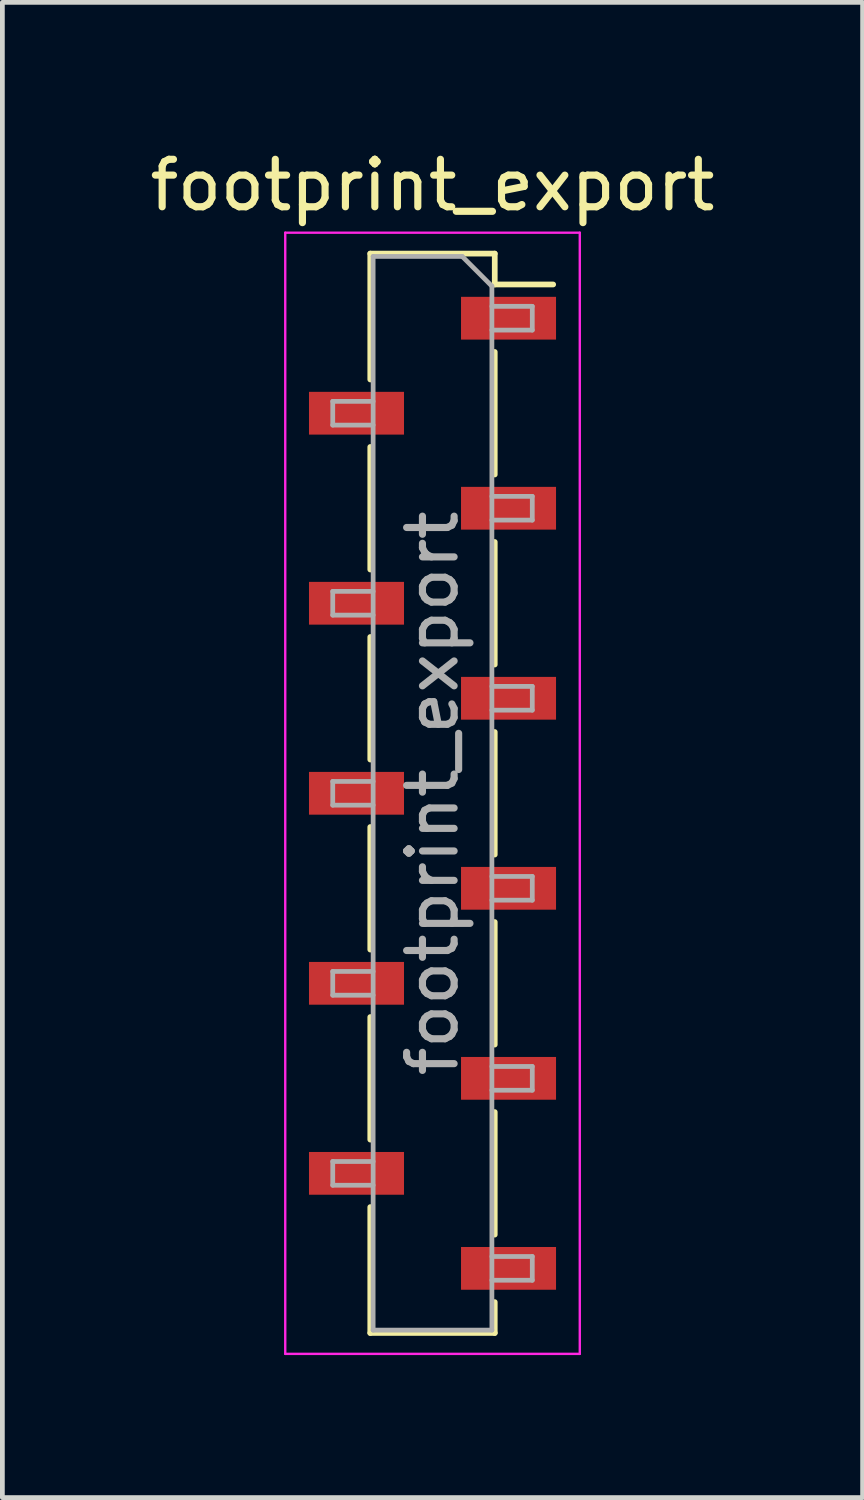
<source format=kicad_pcb>
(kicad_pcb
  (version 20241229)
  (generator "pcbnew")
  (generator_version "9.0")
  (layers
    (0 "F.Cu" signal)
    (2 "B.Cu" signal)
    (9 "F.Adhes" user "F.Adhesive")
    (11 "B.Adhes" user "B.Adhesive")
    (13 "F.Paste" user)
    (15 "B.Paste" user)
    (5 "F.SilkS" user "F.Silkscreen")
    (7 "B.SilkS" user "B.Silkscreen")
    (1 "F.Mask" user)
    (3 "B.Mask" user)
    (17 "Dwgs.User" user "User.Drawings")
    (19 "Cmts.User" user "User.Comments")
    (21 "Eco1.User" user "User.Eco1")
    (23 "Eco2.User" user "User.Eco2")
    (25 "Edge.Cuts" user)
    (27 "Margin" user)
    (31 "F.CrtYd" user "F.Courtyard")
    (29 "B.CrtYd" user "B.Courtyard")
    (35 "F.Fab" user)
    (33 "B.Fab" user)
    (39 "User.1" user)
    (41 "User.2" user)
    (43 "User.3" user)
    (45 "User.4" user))
  (footprint "footprint_export"
    (layer "F.Cu")
    (at 6.054 13.648)
    (property "Reference" "footprint_export" (at 0 -12.8 0) (layer "F.SilkS") (effects (font (size 1 1) (thickness 0.15))))
    (attr smd)
    (fp_line (start -1.31 -11.36) (end -1.31 -8.71) (stroke (width 0.12) (type solid)) (layer "F.SilkS"))
    (fp_line (start -1.31 -11.36) (end 1.31 -11.36) (stroke (width 0.12) (type solid)) (layer "F.SilkS"))
    (fp_line (start -1.31 -7.29) (end -1.31 -4.71) (stroke (width 0.12) (type solid)) (layer "F.SilkS"))
    (fp_line (start -1.31 -3.29) (end -1.31 -0.71) (stroke (width 0.12) (type solid)) (layer "F.SilkS"))
    (fp_line (start -1.31 0.71) (end -1.31 3.29) (stroke (width 0.12) (type solid)) (layer "F.SilkS"))
    (fp_line (start -1.31 4.71) (end -1.31 7.29) (stroke (width 0.12) (type solid)) (layer "F.SilkS"))
    (fp_line (start -1.31 8.71) (end -1.31 11.36) (stroke (width 0.12) (type solid)) (layer "F.SilkS"))
    (fp_line (start -1.31 11.36) (end 1.31 11.36) (stroke (width 0.12) (type solid)) (layer "F.SilkS"))
    (fp_line (start 1.31 -11.36) (end 1.31 -10.71) (stroke (width 0.12) (type solid)) (layer "F.SilkS"))
    (fp_line (start 1.31 -10.71) (end 2.54 -10.71) (stroke (width 0.12) (type solid)) (layer "F.SilkS"))
    (fp_line (start 1.31 -9.29) (end 1.31 -6.71) (stroke (width 0.12) (type solid)) (layer "F.SilkS"))
    (fp_line (start 1.31 -5.29) (end 1.31 -2.71) (stroke (width 0.12) (type solid)) (layer "F.SilkS"))
    (fp_line (start 1.31 -1.29) (end 1.31 1.29) (stroke (width 0.12) (type solid)) (layer "F.SilkS"))
    (fp_line (start 1.31 2.71) (end 1.31 5.29) (stroke (width 0.12) (type solid)) (layer "F.SilkS"))
    (fp_line (start 1.31 6.71) (end 1.31 9.29) (stroke (width 0.12) (type solid)) (layer "F.SilkS"))
    (fp_line (start 1.31 10.71) (end 1.31 11.36) (stroke (width 0.12) (type solid)) (layer "F.SilkS"))
    (fp_line (start -3.1 -11.8) (end 3.1 -11.8) (stroke (width 0.05) (type solid)) (layer "F.CrtYd"))
    (fp_line (start -3.1 11.8) (end -3.1 -11.8) (stroke (width 0.05) (type solid)) (layer "F.CrtYd"))
    (fp_line (start 3.1 -11.8) (end 3.1 11.8) (stroke (width 0.05) (type solid)) (layer "F.CrtYd"))
    (fp_line (start 3.1 11.8) (end -3.1 11.8) (stroke (width 0.05) (type solid)) (layer "F.CrtYd"))
    (fp_line (start -2.1 -8.25) (end -1.25 -8.25) (stroke (width 0.1) (type solid)) (layer "F.Fab"))
    (fp_line (start -2.1 -7.75) (end -2.1 -8.25) (stroke (width 0.1) (type solid)) (layer "F.Fab"))
    (fp_line (start -2.1 -4.25) (end -1.25 -4.25) (stroke (width 0.1) (type solid)) (layer "F.Fab"))
    (fp_line (start -2.1 -3.75) (end -2.1 -4.25) (stroke (width 0.1) (type solid)) (layer "F.Fab"))
    (fp_line (start -2.1 -0.25) (end -1.25 -0.25) (stroke (width 0.1) (type solid)) (layer "F.Fab"))
    (fp_line (start -2.1 0.25) (end -2.1 -0.25) (stroke (width 0.1) (type solid)) (layer "F.Fab"))
    (fp_line (start -2.1 3.75) (end -1.25 3.75) (stroke (width 0.1) (type solid)) (layer "F.Fab"))
    (fp_line (start -2.1 4.25) (end -2.1 3.75) (stroke (width 0.1) (type solid)) (layer "F.Fab"))
    (fp_line (start -2.1 7.75) (end -1.25 7.75) (stroke (width 0.1) (type solid)) (layer "F.Fab"))
    (fp_line (start -2.1 8.25) (end -2.1 7.75) (stroke (width 0.1) (type solid)) (layer "F.Fab"))
    (fp_line (start -1.25 -11.3) (end 0.625 -11.3) (stroke (width 0.1) (type solid)) (layer "F.Fab"))
    (fp_line (start -1.25 -7.75) (end -2.1 -7.75) (stroke (width 0.1) (type solid)) (layer "F.Fab"))
    (fp_line (start -1.25 -3.75) (end -2.1 -3.75) (stroke (width 0.1) (type solid)) (layer "F.Fab"))
    (fp_line (start -1.25 0.25) (end -2.1 0.25) (stroke (width 0.1) (type solid)) (layer "F.Fab"))
    (fp_line (start -1.25 4.25) (end -2.1 4.25) (stroke (width 0.1) (type solid)) (layer "F.Fab"))
    (fp_line (start -1.25 8.25) (end -2.1 8.25) (stroke (width 0.1) (type solid)) (layer "F.Fab"))
    (fp_line (start -1.25 11.3) (end -1.25 -11.3) (stroke (width 0.1) (type solid)) (layer "F.Fab"))
    (fp_line (start 0.625 -11.3) (end 1.25 -10.675) (stroke (width 0.1) (type solid)) (layer "F.Fab"))
    (fp_line (start 1.25 -10.675) (end 1.25 11.3) (stroke (width 0.1) (type solid)) (layer "F.Fab"))
    (fp_line (start 1.25 -10.25) (end 2.1 -10.25) (stroke (width 0.1) (type solid)) (layer "F.Fab"))
    (fp_line (start 1.25 -6.25) (end 2.1 -6.25) (stroke (width 0.1) (type solid)) (layer "F.Fab"))
    (fp_line (start 1.25 -2.25) (end 2.1 -2.25) (stroke (width 0.1) (type solid)) (layer "F.Fab"))
    (fp_line (start 1.25 1.75) (end 2.1 1.75) (stroke (width 0.1) (type solid)) (layer "F.Fab"))
    (fp_line (start 1.25 5.75) (end 2.1 5.75) (stroke (width 0.1) (type solid)) (layer "F.Fab"))
    (fp_line (start 1.25 9.75) (end 2.1 9.75) (stroke (width 0.1) (type solid)) (layer "F.Fab"))
    (fp_line (start 1.25 11.3) (end -1.25 11.3) (stroke (width 0.1) (type solid)) (layer "F.Fab"))
    (fp_line (start 2.1 -10.25) (end 2.1 -9.75) (stroke (width 0.1) (type solid)) (layer "F.Fab"))
    (fp_line (start 2.1 -9.75) (end 1.25 -9.75) (stroke (width 0.1) (type solid)) (layer "F.Fab"))
    (fp_line (start 2.1 -6.25) (end 2.1 -5.75) (stroke (width 0.1) (type solid)) (layer "F.Fab"))
    (fp_line (start 2.1 -5.75) (end 1.25 -5.75) (stroke (width 0.1) (type solid)) (layer "F.Fab"))
    (fp_line (start 2.1 -2.25) (end 2.1 -1.75) (stroke (width 0.1) (type solid)) (layer "F.Fab"))
    (fp_line (start 2.1 -1.75) (end 1.25 -1.75) (stroke (width 0.1) (type solid)) (layer "F.Fab"))
    (fp_line (start 2.1 1.75) (end 2.1 2.25) (stroke (width 0.1) (type solid)) (layer "F.Fab"))
    (fp_line (start 2.1 2.25) (end 1.25 2.25) (stroke (width 0.1) (type solid)) (layer "F.Fab"))
    (fp_line (start 2.1 5.75) (end 2.1 6.25) (stroke (width 0.1) (type solid)) (layer "F.Fab"))
    (fp_line (start 2.1 6.25) (end 1.25 6.25) (stroke (width 0.1) (type solid)) (layer "F.Fab"))
    (fp_line (start 2.1 9.75) (end 2.1 10.25) (stroke (width 0.1) (type solid)) (layer "F.Fab"))
    (fp_line (start 2.1 10.25) (end 1.25 10.25) (stroke (width 0.1) (type solid)) (layer "F.Fab"))
    (fp_text user "${REFERENCE}" (at 0 0 90) (layer "F.Fab") (effects (font (size 1 1) (thickness 0.15))))
    (pad "1" smd rect (at 1.6 -10) (size 2 0.9) (layers "F.Cu" "F.Mask" "F.Paste"))
    (pad "2" smd rect (at -1.6 -8) (size 2 0.9) (layers "F.Cu" "F.Mask" "F.Paste"))
    (pad "3" smd rect (at 1.6 -6) (size 2 0.9) (layers "F.Cu" "F.Mask" "F.Paste"))
    (pad "4" smd rect (at -1.6 -4) (size 2 0.9) (layers "F.Cu" "F.Mask" "F.Paste"))
    (pad "5" smd rect (at 1.6 -2) (size 2 0.9) (layers "F.Cu" "F.Mask" "F.Paste"))
    (pad "6" smd rect (at -1.6 0) (size 2 0.9) (layers "F.Cu" "F.Mask" "F.Paste"))
    (pad "7" smd rect (at 1.6 2) (size 2 0.9) (layers "F.Cu" "F.Mask" "F.Paste"))
    (pad "8" smd rect (at -1.6 4) (size 2 0.9) (layers "F.Cu" "F.Mask" "F.Paste"))
    (pad "9" smd rect (at 1.6 6) (size 2 0.9) (layers "F.Cu" "F.Mask" "F.Paste"))
    (pad "10" smd rect (at -1.6 8) (size 2 0.9) (layers "F.Cu" "F.Mask" "F.Paste"))
    (pad "11" smd rect (at 1.6 10) (size 2 0.9) (layers "F.Cu" "F.Mask" "F.Paste")))
  (gr_rect
    (start -3 -3)
    (end 15.107 28.473)
    (stroke (width 0.1) (type default))
    (fill no)
    (layer "Edge.Cuts")))
</source>
